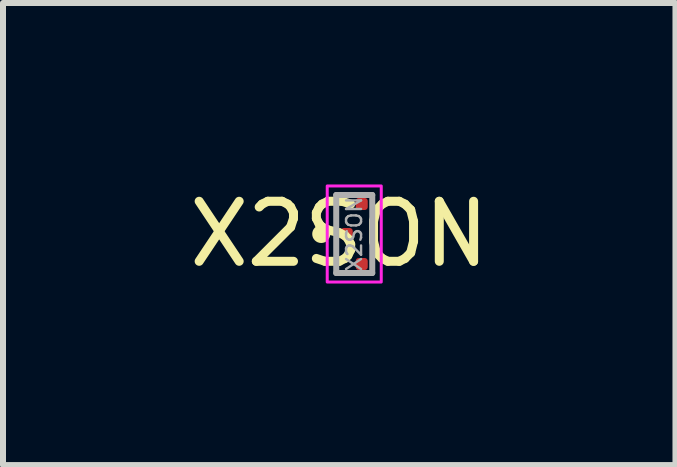
<source format=kicad_pcb>
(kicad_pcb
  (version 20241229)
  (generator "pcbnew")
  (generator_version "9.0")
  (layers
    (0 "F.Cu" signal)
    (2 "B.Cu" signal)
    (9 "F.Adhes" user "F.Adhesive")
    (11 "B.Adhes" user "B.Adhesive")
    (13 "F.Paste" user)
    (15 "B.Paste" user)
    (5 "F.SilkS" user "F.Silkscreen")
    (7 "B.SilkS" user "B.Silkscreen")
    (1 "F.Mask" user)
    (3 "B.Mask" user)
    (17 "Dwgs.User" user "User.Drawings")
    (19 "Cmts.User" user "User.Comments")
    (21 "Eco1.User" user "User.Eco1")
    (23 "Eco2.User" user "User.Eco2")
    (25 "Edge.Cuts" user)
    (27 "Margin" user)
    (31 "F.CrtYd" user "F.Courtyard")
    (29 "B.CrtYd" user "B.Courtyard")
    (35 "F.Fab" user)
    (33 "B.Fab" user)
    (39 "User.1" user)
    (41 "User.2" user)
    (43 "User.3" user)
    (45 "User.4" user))
  (footprint "X2SON"
    (layer "F.Cu")
    (at 2.851 0.848)
    (property "Reference" "X2SON" (at -0.25 0 0) (unlocked yes) (layer "F.SilkS") (effects (font (size 1 1) (thickness 0.15))))
    (attr smd)
    (fp_circle (center -0.55 0) (end -0.45 0) (stroke (width 0.1) (type solid)) (fill yes) (layer "F.SilkS"))
    (fp_rect (start -0.45 -0.8) (end 0.45 0.8) (stroke (width 0.05) (type solid)) (fill no) (layer "F.CrtYd"))
    (fp_line (start -0.3 -0.65) (end 0.3 -0.65) (stroke (width 0.1) (type solid)) (layer "F.Fab"))
    (fp_line (start -0.3 0.65) (end -0.3 -0.65) (stroke (width 0.1) (type solid)) (layer "F.Fab"))
    (fp_line (start 0.3 -0.65) (end 0.3 0.65) (stroke (width 0.1) (type solid)) (layer "F.Fab"))
    (fp_line (start 0.3 0.65) (end -0.3 0.65) (stroke (width 0.1) (type solid)) (layer "F.Fab"))
    (fp_text user "${REFERENCE}" (at 0 0 90) (unlocked yes) (layer "F.Fab") (effects (font (size 0.25 0.25) (thickness 0.04))))
    (pad "1" smd roundrect (at -0.125 0) (size 0.2 0.2) (layers "F.Cu" "F.Mask" "F.Paste") (roundrect_rratio 0.25))
    (pad "2" smd roundrect (at 0.125 -0.5) (size 0.2 0.2) (layers "F.Cu" "F.Mask" "F.Paste") (roundrect_rratio 0.25))
    (pad "3" smd roundrect (at 0.125 0.5) (size 0.2 0.2) (layers "F.Cu" "F.Mask" "F.Paste") (roundrect_rratio 0.25)))
  (gr_rect
    (start -3 -3)
    (end 8.202 4.697)
    (stroke (width 0.1) (type default))
    (fill no)
    (layer "Edge.Cuts")))
</source>
